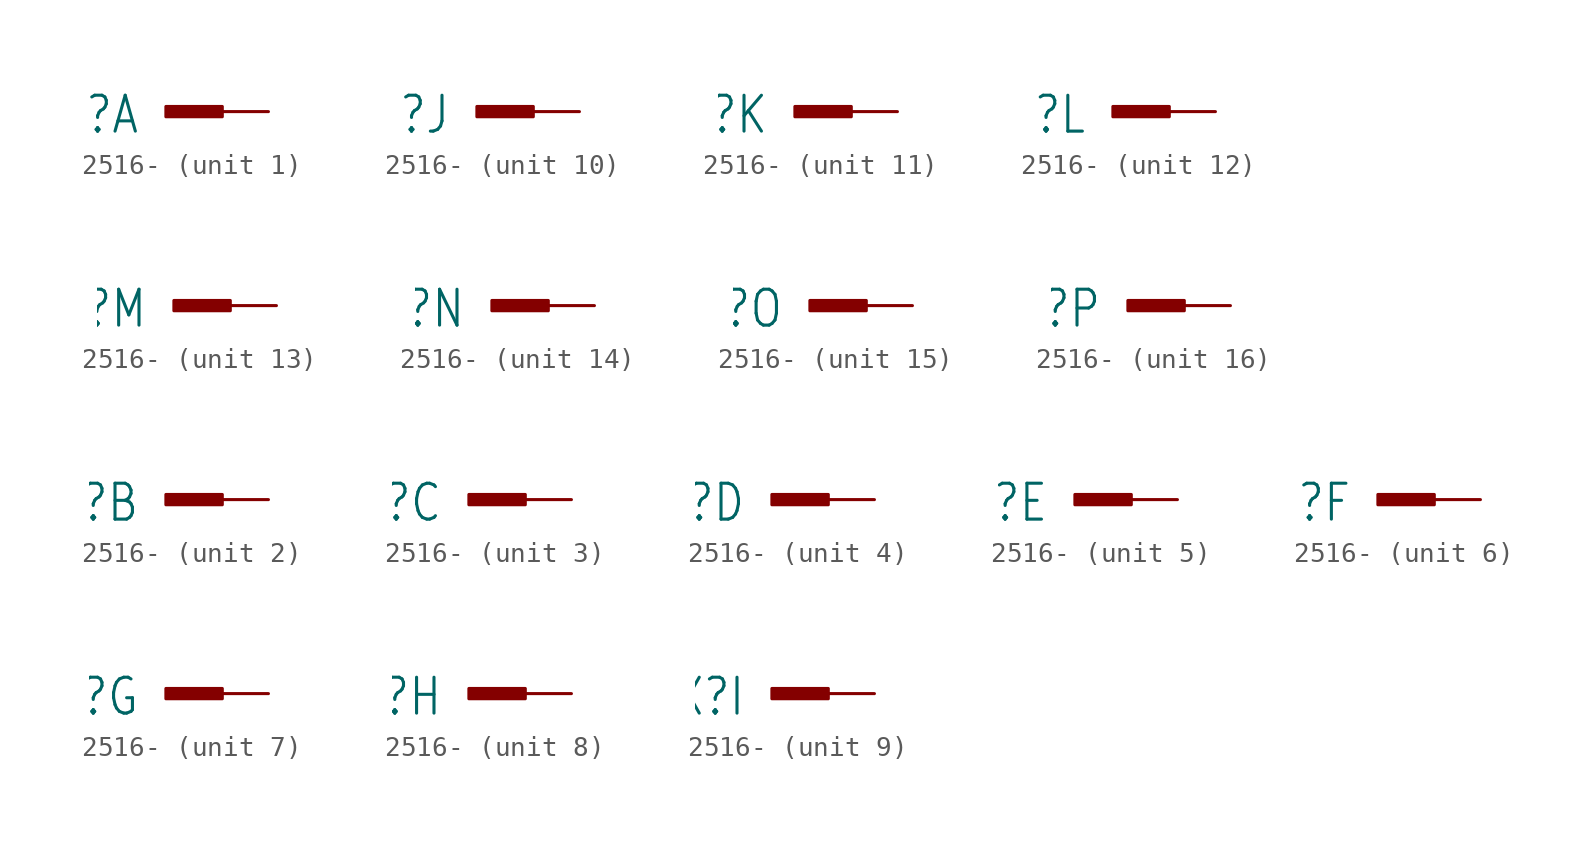
<source format=kicad_sym>
(kicad_symbol_lib
  (version 20211014)
  (generator kicad_symbol_editor)
  (symbol "2516-"
    (property "Reference" "X"
      (at -1.27 0.889 0)
      (effects (font (size 1.778 1.511)) (justify right top)))
    (property "ki_locked" ""
      (at 0 0 0)
      (effects (font (size 1.27 1.27))))
    (symbol "2516-_1_0"
      (rectangle (start 0 -0.254) (end 2.794 0.254) (stroke (width 0) (type default) (color 0 0 0 0)) (fill (type outline)))
      (pin passive line (at 5.08 0 180) (length 2.54) (name "KL" (effects (font (size 0 0)))) (number "1" (effects (font (size 0 0))))))
    (symbol "2516-_2_0"
      (rectangle (start 0 -0.254) (end 2.794 0.254) (stroke (width 0) (type default) (color 0 0 0 0)) (fill (type outline)))
      (pin passive line (at 5.08 0 180) (length 2.54) (name "KL" (effects (font (size 0 0)))) (number "2" (effects (font (size 0 0))))))
    (symbol "2516-_3_0"
      (rectangle (start 0 -0.254) (end 2.794 0.254) (stroke (width 0) (type default) (color 0 0 0 0)) (fill (type outline)))
      (pin passive line (at 5.08 0 180) (length 2.54) (name "KL" (effects (font (size 0 0)))) (number "3" (effects (font (size 0 0))))))
    (symbol "2516-_4_0"
      (rectangle (start 0 -0.254) (end 2.794 0.254) (stroke (width 0) (type default) (color 0 0 0 0)) (fill (type outline)))
      (pin passive line (at 5.08 0 180) (length 2.54) (name "KL" (effects (font (size 0 0)))) (number "4" (effects (font (size 0 0))))))
    (symbol "2516-_5_0"
      (rectangle (start 0 -0.254) (end 2.794 0.254) (stroke (width 0) (type default) (color 0 0 0 0)) (fill (type outline)))
      (pin passive line (at 5.08 0 180) (length 2.54) (name "KL" (effects (font (size 0 0)))) (number "5" (effects (font (size 0 0))))))
    (symbol "2516-_6_0"
      (rectangle (start 0 -0.254) (end 2.794 0.254) (stroke (width 0) (type default) (color 0 0 0 0)) (fill (type outline)))
      (pin passive line (at 5.08 0 180) (length 2.54) (name "KL" (effects (font (size 0 0)))) (number "6" (effects (font (size 0 0))))))
    (symbol "2516-_7_0"
      (rectangle (start 0 -0.254) (end 2.794 0.254) (stroke (width 0) (type default) (color 0 0 0 0)) (fill (type outline)))
      (pin passive line (at 5.08 0 180) (length 2.54) (name "KL" (effects (font (size 0 0)))) (number "7" (effects (font (size 0 0))))))
    (symbol "2516-_8_0"
      (rectangle (start 0 -0.254) (end 2.794 0.254) (stroke (width 0) (type default) (color 0 0 0 0)) (fill (type outline)))
      (pin passive line (at 5.08 0 180) (length 2.54) (name "KL" (effects (font (size 0 0)))) (number "8" (effects (font (size 0 0))))))
    (symbol "2516-_9_0"
      (rectangle (start 0 -0.254) (end 2.794 0.254) (stroke (width 0) (type default) (color 0 0 0 0)) (fill (type outline)))
      (pin passive line (at 5.08 0 180) (length 2.54) (name "KL" (effects (font (size 0 0)))) (number "9" (effects (font (size 0 0))))))
    (symbol "2516-_10_0"
      (rectangle (start 0 -0.254) (end 2.794 0.254) (stroke (width 0) (type default) (color 0 0 0 0)) (fill (type outline)))
      (pin passive line (at 5.08 0 180) (length 2.54) (name "KL" (effects (font (size 0 0)))) (number "10" (effects (font (size 0 0))))))
    (symbol "2516-_11_0"
      (rectangle (start 0 -0.254) (end 2.794 0.254) (stroke (width 0) (type default) (color 0 0 0 0)) (fill (type outline)))
      (pin passive line (at 5.08 0 180) (length 2.54) (name "KL" (effects (font (size 0 0)))) (number "11" (effects (font (size 0 0))))))
    (symbol "2516-_12_0"
      (rectangle (start 0 -0.254) (end 2.794 0.254) (stroke (width 0) (type default) (color 0 0 0 0)) (fill (type outline)))
      (pin passive line (at 5.08 0 180) (length 2.54) (name "KL" (effects (font (size 0 0)))) (number "12" (effects (font (size 0 0))))))
    (symbol "2516-_13_0"
      (rectangle (start 0 -0.254) (end 2.794 0.254) (stroke (width 0) (type default) (color 0 0 0 0)) (fill (type outline)))
      (pin passive line (at 5.08 0 180) (length 2.54) (name "KL" (effects (font (size 0 0)))) (number "13" (effects (font (size 0 0))))))
    (symbol "2516-_14_0"
      (rectangle (start 0 -0.254) (end 2.794 0.254) (stroke (width 0) (type default) (color 0 0 0 0)) (fill (type outline)))
      (pin passive line (at 5.08 0 180) (length 2.54) (name "KL" (effects (font (size 0 0)))) (number "14" (effects (font (size 0 0))))))
    (symbol "2516-_15_0"
      (rectangle (start 0 -0.254) (end 2.794 0.254) (stroke (width 0) (type default) (color 0 0 0 0)) (fill (type outline)))
      (pin passive line (at 5.08 0 180) (length 2.54) (name "KL" (effects (font (size 0 0)))) (number "15" (effects (font (size 0 0))))))
    (symbol "2516-_16_0"
      (rectangle (start 0 -0.254) (end 2.794 0.254) (stroke (width 0) (type default) (color 0 0 0 0)) (fill (type outline)))
      (pin passive line (at 5.08 0 180) (length 2.54) (name "KL" (effects (font (size 0 0)))) (number "16" (effects (font (size 0 0))))))))
</source>
